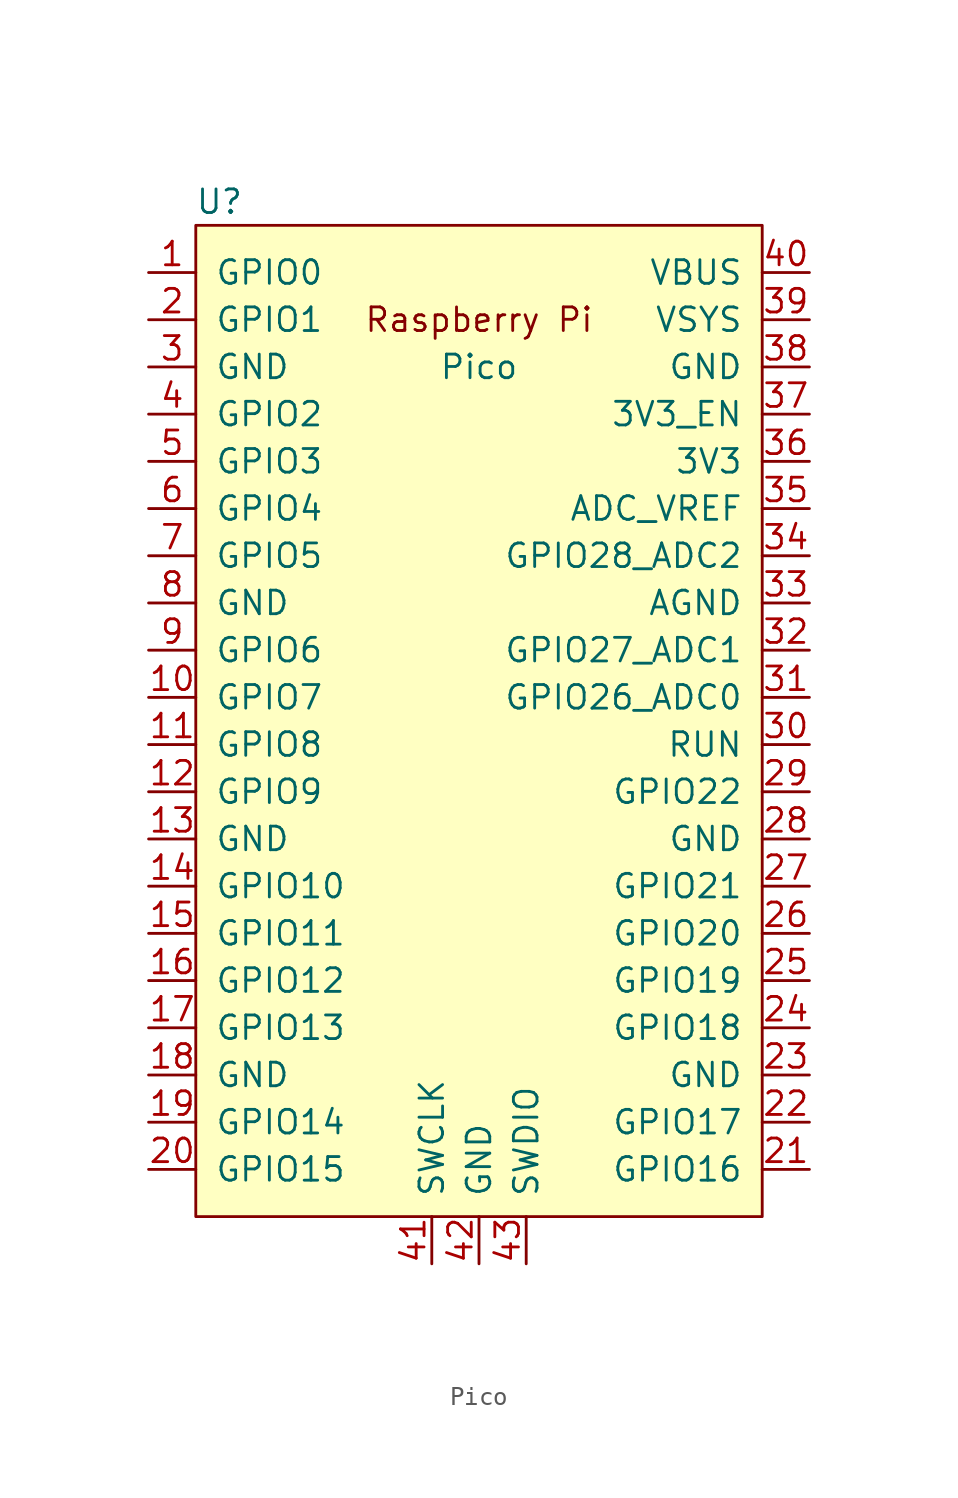
<source format=kicad_sym>
(kicad_symbol_lib
  (version 20211014)
  (generator kicad_symbol_editor)
  (symbol "Pico"
    (pin_names
      (offset 1.016))
    (property "Reference" "U"
      (at -13.97 27.94 0)
      (effects (font (size 1.27 1.27))))
    (property "Value" "Pico"
      (at 0 19.05 0)
      (effects (font (size 1.27 1.27))))
    (symbol "Pico_0_0"
      (text "Raspberry Pi" (at 0 21.59 0) (effects (font (size 1.27 1.27)))))
    (symbol "Pico_0_1"
      (rectangle (start -15.24 26.67) (end 15.24 -26.67) (stroke (width 0) (type default) (color 0 0 0 0)) (fill (type background))))
    (symbol "Pico_1_1"
      (pin bidirectional line (at -17.78 24.13 0) (length 2.54) (name "GPIO0" (effects (font (size 1.27 1.27)))) (number "1" (effects (font (size 1.27 1.27)))))
      (pin bidirectional line (at -17.78 1.27 0) (length 2.54) (name "GPIO7" (effects (font (size 1.27 1.27)))) (number "10" (effects (font (size 1.27 1.27)))))
      (pin bidirectional line (at -17.78 -1.27 0) (length 2.54) (name "GPIO8" (effects (font (size 1.27 1.27)))) (number "11" (effects (font (size 1.27 1.27)))))
      (pin bidirectional line (at -17.78 -3.81 0) (length 2.54) (name "GPIO9" (effects (font (size 1.27 1.27)))) (number "12" (effects (font (size 1.27 1.27)))))
      (pin power_in line (at -17.78 -6.35 0) (length 2.54) (name "GND" (effects (font (size 1.27 1.27)))) (number "13" (effects (font (size 1.27 1.27)))))
      (pin bidirectional line (at -17.78 -8.89 0) (length 2.54) (name "GPIO10" (effects (font (size 1.27 1.27)))) (number "14" (effects (font (size 1.27 1.27)))))
      (pin bidirectional line (at -17.78 -11.43 0) (length 2.54) (name "GPIO11" (effects (font (size 1.27 1.27)))) (number "15" (effects (font (size 1.27 1.27)))))
      (pin bidirectional line (at -17.78 -13.97 0) (length 2.54) (name "GPIO12" (effects (font (size 1.27 1.27)))) (number "16" (effects (font (size 1.27 1.27)))))
      (pin bidirectional line (at -17.78 -16.51 0) (length 2.54) (name "GPIO13" (effects (font (size 1.27 1.27)))) (number "17" (effects (font (size 1.27 1.27)))))
      (pin power_in line (at -17.78 -19.05 0) (length 2.54) (name "GND" (effects (font (size 1.27 1.27)))) (number "18" (effects (font (size 1.27 1.27)))))
      (pin bidirectional line (at -17.78 -21.59 0) (length 2.54) (name "GPIO14" (effects (font (size 1.27 1.27)))) (number "19" (effects (font (size 1.27 1.27)))))
      (pin bidirectional line (at -17.78 21.59 0) (length 2.54) (name "GPIO1" (effects (font (size 1.27 1.27)))) (number "2" (effects (font (size 1.27 1.27)))))
      (pin bidirectional line (at -17.78 -24.13 0) (length 2.54) (name "GPIO15" (effects (font (size 1.27 1.27)))) (number "20" (effects (font (size 1.27 1.27)))))
      (pin bidirectional line (at 17.78 -24.13 180) (length 2.54) (name "GPIO16" (effects (font (size 1.27 1.27)))) (number "21" (effects (font (size 1.27 1.27)))))
      (pin bidirectional line (at 17.78 -21.59 180) (length 2.54) (name "GPIO17" (effects (font (size 1.27 1.27)))) (number "22" (effects (font (size 1.27 1.27)))))
      (pin power_in line (at 17.78 -19.05 180) (length 2.54) (name "GND" (effects (font (size 1.27 1.27)))) (number "23" (effects (font (size 1.27 1.27)))))
      (pin bidirectional line (at 17.78 -16.51 180) (length 2.54) (name "GPIO18" (effects (font (size 1.27 1.27)))) (number "24" (effects (font (size 1.27 1.27)))))
      (pin bidirectional line (at 17.78 -13.97 180) (length 2.54) (name "GPIO19" (effects (font (size 1.27 1.27)))) (number "25" (effects (font (size 1.27 1.27)))))
      (pin bidirectional line (at 17.78 -11.43 180) (length 2.54) (name "GPIO20" (effects (font (size 1.27 1.27)))) (number "26" (effects (font (size 1.27 1.27)))))
      (pin bidirectional line (at 17.78 -8.89 180) (length 2.54) (name "GPIO21" (effects (font (size 1.27 1.27)))) (number "27" (effects (font (size 1.27 1.27)))))
      (pin power_in line (at 17.78 -6.35 180) (length 2.54) (name "GND" (effects (font (size 1.27 1.27)))) (number "28" (effects (font (size 1.27 1.27)))))
      (pin bidirectional line (at 17.78 -3.81 180) (length 2.54) (name "GPIO22" (effects (font (size 1.27 1.27)))) (number "29" (effects (font (size 1.27 1.27)))))
      (pin power_in line (at -17.78 19.05 0) (length 2.54) (name "GND" (effects (font (size 1.27 1.27)))) (number "3" (effects (font (size 1.27 1.27)))))
      (pin input line (at 17.78 -1.27 180) (length 2.54) (name "RUN" (effects (font (size 1.27 1.27)))) (number "30" (effects (font (size 1.27 1.27)))))
      (pin bidirectional line (at 17.78 1.27 180) (length 2.54) (name "GPIO26_ADC0" (effects (font (size 1.27 1.27)))) (number "31" (effects (font (size 1.27 1.27)))))
      (pin bidirectional line (at 17.78 3.81 180) (length 2.54) (name "GPIO27_ADC1" (effects (font (size 1.27 1.27)))) (number "32" (effects (font (size 1.27 1.27)))))
      (pin power_in line (at 17.78 6.35 180) (length 2.54) (name "AGND" (effects (font (size 1.27 1.27)))) (number "33" (effects (font (size 1.27 1.27)))))
      (pin bidirectional line (at 17.78 8.89 180) (length 2.54) (name "GPIO28_ADC2" (effects (font (size 1.27 1.27)))) (number "34" (effects (font (size 1.27 1.27)))))
      (pin unspecified line (at 17.78 11.43 180) (length 2.54) (name "ADC_VREF" (effects (font (size 1.27 1.27)))) (number "35" (effects (font (size 1.27 1.27)))))
      (pin power_out line (at 17.78 13.97 180) (length 2.54) (name "3V3" (effects (font (size 1.27 1.27)))) (number "36" (effects (font (size 1.27 1.27)))))
      (pin input line (at 17.78 16.51 180) (length 2.54) (name "3V3_EN" (effects (font (size 1.27 1.27)))) (number "37" (effects (font (size 1.27 1.27)))))
      (pin power_out line (at 17.78 19.05 180) (length 2.54) (name "GND" (effects (font (size 1.27 1.27)))) (number "38" (effects (font (size 1.27 1.27)))))
      (pin unspecified line (at 17.78 21.59 180) (length 2.54) (name "VSYS" (effects (font (size 1.27 1.27)))) (number "39" (effects (font (size 1.27 1.27)))))
      (pin bidirectional line (at -17.78 16.51 0) (length 2.54) (name "GPIO2" (effects (font (size 1.27 1.27)))) (number "4" (effects (font (size 1.27 1.27)))))
      (pin power_out line (at 17.78 24.13 180) (length 2.54) (name "VBUS" (effects (font (size 1.27 1.27)))) (number "40" (effects (font (size 1.27 1.27)))))
      (pin input line (at -2.54 -29.21 90) (length 2.54) (name "SWCLK" (effects (font (size 1.27 1.27)))) (number "41" (effects (font (size 1.27 1.27)))))
      (pin power_in line (at 0 -29.21 90) (length 2.54) (name "GND" (effects (font (size 1.27 1.27)))) (number "42" (effects (font (size 1.27 1.27)))))
      (pin bidirectional line (at 2.54 -29.21 90) (length 2.54) (name "SWDIO" (effects (font (size 1.27 1.27)))) (number "43" (effects (font (size 1.27 1.27)))))
      (pin bidirectional line (at -17.78 13.97 0) (length 2.54) (name "GPIO3" (effects (font (size 1.27 1.27)))) (number "5" (effects (font (size 1.27 1.27)))))
      (pin bidirectional line (at -17.78 11.43 0) (length 2.54) (name "GPIO4" (effects (font (size 1.27 1.27)))) (number "6" (effects (font (size 1.27 1.27)))))
      (pin bidirectional line (at -17.78 8.89 0) (length 2.54) (name "GPIO5" (effects (font (size 1.27 1.27)))) (number "7" (effects (font (size 1.27 1.27)))))
      (pin power_in line (at -17.78 6.35 0) (length 2.54) (name "GND" (effects (font (size 1.27 1.27)))) (number "8" (effects (font (size 1.27 1.27)))))
      (pin bidirectional line (at -17.78 3.81 0) (length 2.54) (name "GPIO6" (effects (font (size 1.27 1.27)))) (number "9" (effects (font (size 1.27 1.27))))))))
</source>
